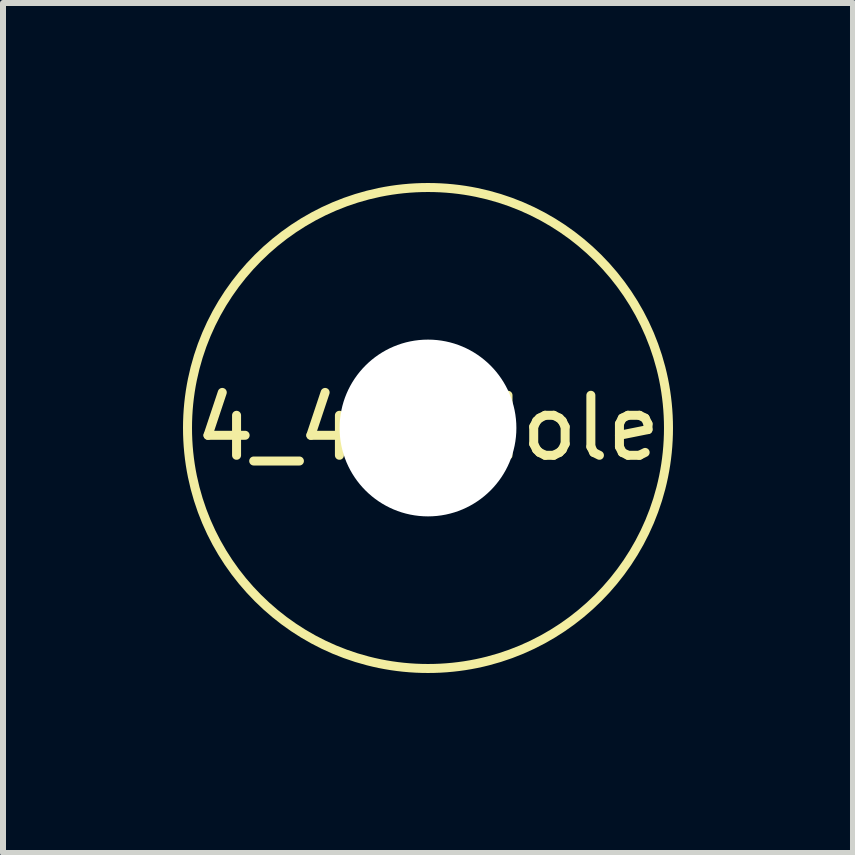
<source format=kicad_pcb>
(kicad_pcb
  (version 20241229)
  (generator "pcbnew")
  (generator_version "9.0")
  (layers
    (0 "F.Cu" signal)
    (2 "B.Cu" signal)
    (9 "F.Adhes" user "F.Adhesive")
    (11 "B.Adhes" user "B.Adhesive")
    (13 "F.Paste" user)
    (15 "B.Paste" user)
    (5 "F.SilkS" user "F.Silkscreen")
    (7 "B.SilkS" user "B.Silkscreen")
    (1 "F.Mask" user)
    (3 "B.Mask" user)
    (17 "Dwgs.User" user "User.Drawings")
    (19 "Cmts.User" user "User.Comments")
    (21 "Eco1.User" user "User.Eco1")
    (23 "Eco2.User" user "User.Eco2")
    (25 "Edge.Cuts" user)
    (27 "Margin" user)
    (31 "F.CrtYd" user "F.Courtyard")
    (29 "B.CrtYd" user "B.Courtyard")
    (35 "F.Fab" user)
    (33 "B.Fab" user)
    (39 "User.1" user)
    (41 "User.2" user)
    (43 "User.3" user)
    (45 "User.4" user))
  (footprint "4_40_Hole"
    (layer "F.Cu")
    (at 4.083 4.083)
    (property "Reference" "4_40_Hole" (at 0 0 0) (layer "F.SilkS") (effects (font (size 1 1) (thickness 0.15))))
    (attr through_hole)
    (fp_circle (center 0 0) (end 4.008 0.005) (stroke (width 0.15) (type solid)) (fill no) (layer "F.SilkS"))
    (pad "" np_thru_hole circle (at 0 0) (size 2.946 2.946) (drill 2.946) (layers "*.Cu" "*.Mask")))
  (gr_rect
    (start -3 -3)
    (end 11.166 11.166)
    (stroke (width 0.1) (type default))
    (fill no)
    (layer "Edge.Cuts")))
</source>
